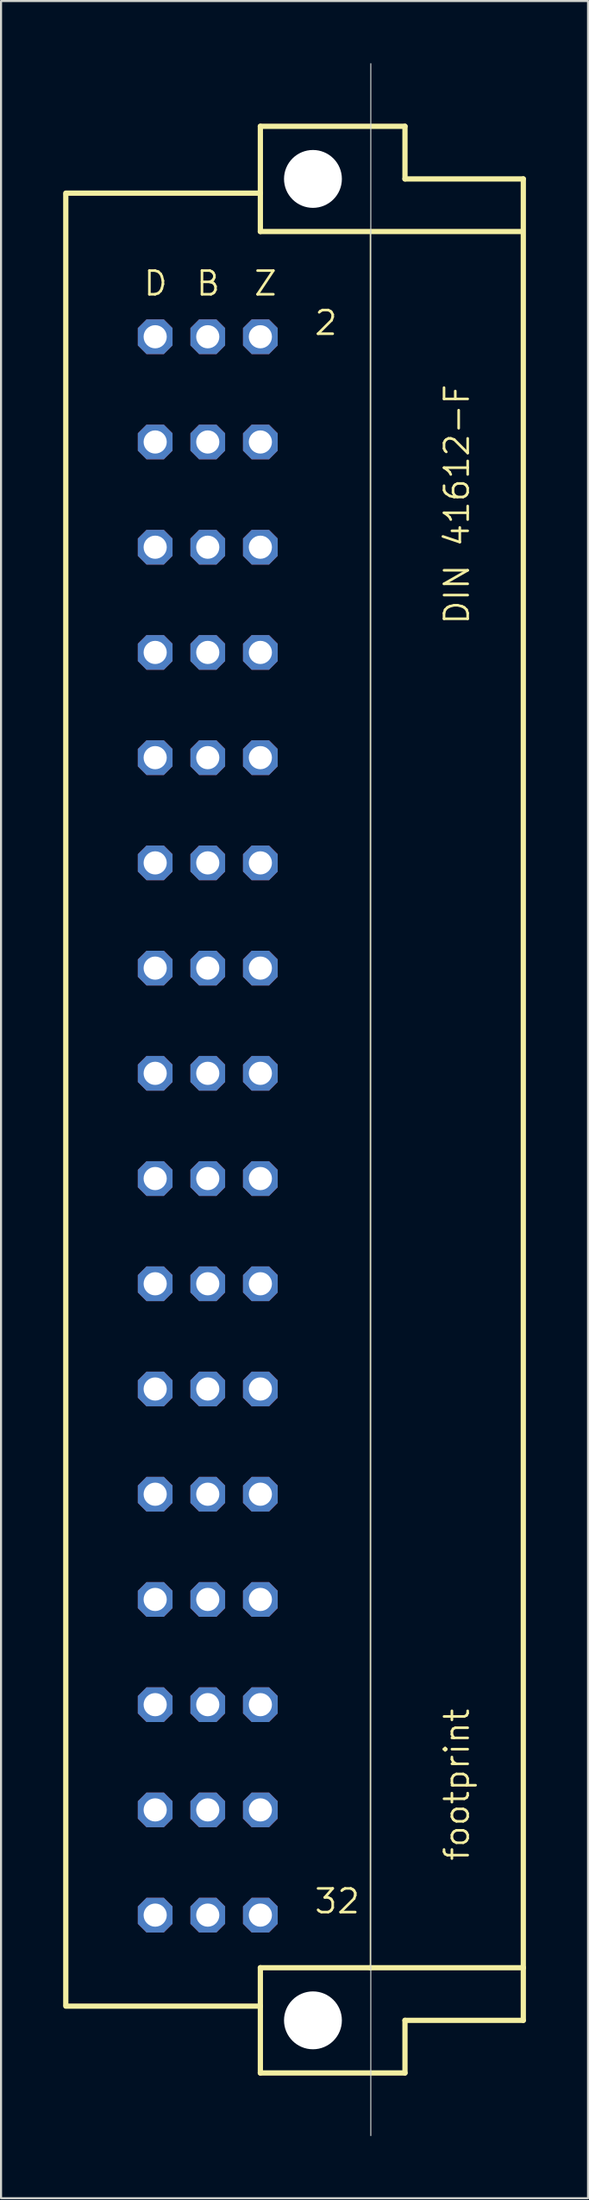
<source format=kicad_pcb>
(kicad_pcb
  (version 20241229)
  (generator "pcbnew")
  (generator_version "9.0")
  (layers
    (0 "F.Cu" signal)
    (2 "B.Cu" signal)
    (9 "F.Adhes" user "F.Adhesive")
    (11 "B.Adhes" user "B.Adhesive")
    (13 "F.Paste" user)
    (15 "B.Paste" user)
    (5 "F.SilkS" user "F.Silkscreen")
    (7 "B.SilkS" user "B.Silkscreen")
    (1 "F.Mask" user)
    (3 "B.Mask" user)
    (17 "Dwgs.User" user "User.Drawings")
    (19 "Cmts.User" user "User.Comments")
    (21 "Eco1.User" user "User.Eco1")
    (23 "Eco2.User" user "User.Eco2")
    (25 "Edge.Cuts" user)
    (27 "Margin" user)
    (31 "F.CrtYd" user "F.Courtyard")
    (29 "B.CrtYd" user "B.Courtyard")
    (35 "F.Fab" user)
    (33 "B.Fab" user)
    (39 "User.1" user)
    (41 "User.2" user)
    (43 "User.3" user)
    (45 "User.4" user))
  (footprint "footprint"
    (layer "F.Cu")
    (at 12.065 50.038)
    (property "Reference" "footprint" (at 7.62 36.83 90) (layer "F.SilkS") (effects (font (size 1.143 1.143) (thickness 0.127)) (justify left bottom)))
    (fp_line (start -11.938 -43.764) (end -2.54 -43.764) (stroke (width 0.254) (type solid)) (layer "F.SilkS"))
    (fp_line (start -11.938 43.688) (end -11.938 -43.688) (stroke (width 0.254) (type solid)) (layer "F.SilkS"))
    (fp_line (start -11.938 43.764) (end -2.54 43.764) (stroke (width 0.254) (type solid)) (layer "F.SilkS"))
    (fp_line (start -2.54 -46.99) (end -2.54 -43.764) (stroke (width 0.254) (type solid)) (layer "F.SilkS"))
    (fp_line (start -2.54 -43.764) (end -2.54 -41.91) (stroke (width 0.254) (type solid)) (layer "F.SilkS"))
    (fp_line (start -2.54 -41.91) (end 10.109 -41.91) (stroke (width 0.254) (type solid)) (layer "F.SilkS"))
    (fp_line (start -2.54 41.91) (end -2.54 43.764) (stroke (width 0.254) (type solid)) (layer "F.SilkS"))
    (fp_line (start -2.54 41.91) (end 2.769 41.91) (stroke (width 0.254) (type solid)) (layer "F.SilkS"))
    (fp_line (start -2.54 43.764) (end -2.54 46.99) (stroke (width 0.254) (type solid)) (layer "F.SilkS"))
    (fp_line (start -2.54 46.99) (end 4.445 46.99) (stroke (width 0.254) (type solid)) (layer "F.SilkS"))
    (fp_line (start 2.769 -41.783) (end 2.769 41.91) (stroke (width 0.051) (type solid)) (layer "F.SilkS"))
    (fp_line (start 2.769 41.91) (end 10.16 41.91) (stroke (width 0.254) (type solid)) (layer "F.SilkS"))
    (fp_line (start 4.445 -46.99) (end -2.54 -46.99) (stroke (width 0.254) (type solid)) (layer "F.SilkS"))
    (fp_line (start 4.445 -44.45) (end 4.445 -46.99) (stroke (width 0.254) (type solid)) (layer "F.SilkS"))
    (fp_line (start 4.445 44.45) (end 10.16 44.45) (stroke (width 0.254) (type solid)) (layer "F.SilkS"))
    (fp_line (start 4.445 46.99) (end 4.445 44.45) (stroke (width 0.254) (type solid)) (layer "F.SilkS"))
    (fp_line (start 10.16 -44.45) (end 4.445 -44.45) (stroke (width 0.254) (type solid)) (layer "F.SilkS"))
    (fp_line (start 10.16 41.91) (end 10.16 -44.45) (stroke (width 0.254) (type solid)) (layer "F.SilkS"))
    (fp_line (start 10.16 44.45) (end 10.16 41.91) (stroke (width 0.254) (type solid)) (layer "F.SilkS"))
    (fp_line (start 2.794 50.013) (end 2.794 -50.013) (stroke (width 0.05) (type solid)) (layer "Edge.Cuts"))
    (fp_text user "2" (at 0 -36.83 0) (layer "F.SilkS") (effects (font (size 1.143 1.143) (thickness 0.127)) (justify left bottom)))
    (fp_text user "32" (at 0 39.37 0) (layer "F.SilkS") (effects (font (size 1.143 1.143) (thickness 0.127)) (justify left bottom)))
    (fp_text user "B" (at -5.715 -38.735 0) (layer "F.SilkS") (effects (font (size 1.143 1.143) (thickness 0.127)) (justify left bottom)))
    (fp_text user "Z" (at -2.921 -38.735 0) (layer "F.SilkS") (effects (font (size 1.143 1.143) (thickness 0.127)) (justify left bottom)))
    (fp_text user "DIN 41612-F" (at 7.62 -22.86 90) (layer "F.SilkS") (effects (font (size 1.143 1.143) (thickness 0.127)) (justify left bottom)))
    (fp_text user "D" (at -8.255 -38.735 0) (layer "F.SilkS") (effects (font (size 1.143 1.143) (thickness 0.127)) (justify left bottom)))
    (pad "" np_thru_hole circle (at 0 -44.45) (size 2.794 2.794) (drill 2.794) (layers "*.Cu" "*.Mask"))
    (pad "" np_thru_hole circle (at 0 44.45) (size 2.794 2.794) (drill 2.794) (layers "*.Cu" "*.Mask"))
    (pad "B2" thru_hole roundrect (at -5.08 -36.83) (size 1.676 1.676) (drill 1.118) (layers "*.Cu" "*.Mask") (roundrect_rratio 0.25) (chamfer_ratio 0.25) (chamfer top_left top_right bottom_left bottom_right))
    (pad "B4" thru_hole roundrect (at -5.08 -31.75) (size 1.676 1.676) (drill 1.118) (layers "*.Cu" "*.Mask") (roundrect_rratio 0.25) (chamfer_ratio 0.25) (chamfer top_left top_right bottom_left bottom_right))
    (pad "B6" thru_hole roundrect (at -5.08 -26.67) (size 1.676 1.676) (drill 1.118) (layers "*.Cu" "*.Mask") (roundrect_rratio 0.25) (chamfer_ratio 0.25) (chamfer top_left top_right bottom_left bottom_right))
    (pad "B8" thru_hole roundrect (at -5.08 -21.59) (size 1.676 1.676) (drill 1.118) (layers "*.Cu" "*.Mask") (roundrect_rratio 0.25) (chamfer_ratio 0.25) (chamfer top_left top_right bottom_left bottom_right))
    (pad "B10" thru_hole roundrect (at -5.08 -16.51) (size 1.676 1.676) (drill 1.118) (layers "*.Cu" "*.Mask") (roundrect_rratio 0.25) (chamfer_ratio 0.25) (chamfer top_left top_right bottom_left bottom_right))
    (pad "B12" thru_hole roundrect (at -5.08 -11.43) (size 1.676 1.676) (drill 1.118) (layers "*.Cu" "*.Mask") (roundrect_rratio 0.25) (chamfer_ratio 0.25) (chamfer top_left top_right bottom_left bottom_right))
    (pad "B14" thru_hole roundrect (at -5.08 -6.35) (size 1.676 1.676) (drill 1.118) (layers "*.Cu" "*.Mask") (roundrect_rratio 0.25) (chamfer_ratio 0.25) (chamfer top_left top_right bottom_left bottom_right))
    (pad "B16" thru_hole roundrect (at -5.08 -1.27) (size 1.676 1.676) (drill 1.118) (layers "*.Cu" "*.Mask") (roundrect_rratio 0.25) (chamfer_ratio 0.25) (chamfer top_left top_right bottom_left bottom_right))
    (pad "B18" thru_hole roundrect (at -5.08 3.81) (size 1.676 1.676) (drill 1.118) (layers "*.Cu" "*.Mask") (roundrect_rratio 0.25) (chamfer_ratio 0.25) (chamfer top_left top_right bottom_left bottom_right))
    (pad "B20" thru_hole roundrect (at -5.08 8.89) (size 1.676 1.676) (drill 1.118) (layers "*.Cu" "*.Mask") (roundrect_rratio 0.25) (chamfer_ratio 0.25) (chamfer top_left top_right bottom_left bottom_right))
    (pad "B22" thru_hole roundrect (at -5.08 13.97) (size 1.676 1.676) (drill 1.118) (layers "*.Cu" "*.Mask") (roundrect_rratio 0.25) (chamfer_ratio 0.25) (chamfer top_left top_right bottom_left bottom_right))
    (pad "B24" thru_hole roundrect (at -5.08 19.05) (size 1.676 1.676) (drill 1.118) (layers "*.Cu" "*.Mask") (roundrect_rratio 0.25) (chamfer_ratio 0.25) (chamfer top_left top_right bottom_left bottom_right))
    (pad "B26" thru_hole roundrect (at -5.08 24.13) (size 1.676 1.676) (drill 1.118) (layers "*.Cu" "*.Mask") (roundrect_rratio 0.25) (chamfer_ratio 0.25) (chamfer top_left top_right bottom_left bottom_right))
    (pad "B28" thru_hole roundrect (at -5.08 29.21) (size 1.676 1.676) (drill 1.118) (layers "*.Cu" "*.Mask") (roundrect_rratio 0.25) (chamfer_ratio 0.25) (chamfer top_left top_right bottom_left bottom_right))
    (pad "B30" thru_hole roundrect (at -5.08 34.29) (size 1.676 1.676) (drill 1.118) (layers "*.Cu" "*.Mask") (roundrect_rratio 0.25) (chamfer_ratio 0.25) (chamfer top_left top_right bottom_left bottom_right))
    (pad "B32" thru_hole roundrect (at -5.08 39.37) (size 1.676 1.676) (drill 1.118) (layers "*.Cu" "*.Mask") (roundrect_rratio 0.25) (chamfer_ratio 0.25) (chamfer top_left top_right bottom_left bottom_right))
    (pad "D2" thru_hole roundrect (at -7.62 -36.83) (size 1.676 1.676) (drill 1.118) (layers "*.Cu" "*.Mask") (roundrect_rratio 0.25) (chamfer_ratio 0.25) (chamfer top_left top_right bottom_left bottom_right))
    (pad "D4" thru_hole roundrect (at -7.62 -31.75) (size 1.676 1.676) (drill 1.118) (layers "*.Cu" "*.Mask") (roundrect_rratio 0.25) (chamfer_ratio 0.25) (chamfer top_left top_right bottom_left bottom_right))
    (pad "D6" thru_hole roundrect (at -7.62 -26.67) (size 1.676 1.676) (drill 1.118) (layers "*.Cu" "*.Mask") (roundrect_rratio 0.25) (chamfer_ratio 0.25) (chamfer top_left top_right bottom_left bottom_right))
    (pad "D8" thru_hole roundrect (at -7.62 -21.59) (size 1.676 1.676) (drill 1.118) (layers "*.Cu" "*.Mask") (roundrect_rratio 0.25) (chamfer_ratio 0.25) (chamfer top_left top_right bottom_left bottom_right))
    (pad "D10" thru_hole roundrect (at -7.62 -16.51) (size 1.676 1.676) (drill 1.118) (layers "*.Cu" "*.Mask") (roundrect_rratio 0.25) (chamfer_ratio 0.25) (chamfer top_left top_right bottom_left bottom_right))
    (pad "D12" thru_hole roundrect (at -7.62 -11.43) (size 1.676 1.676) (drill 1.118) (layers "*.Cu" "*.Mask") (roundrect_rratio 0.25) (chamfer_ratio 0.25) (chamfer top_left top_right bottom_left bottom_right))
    (pad "D14" thru_hole roundrect (at -7.62 -6.35) (size 1.676 1.676) (drill 1.118) (layers "*.Cu" "*.Mask") (roundrect_rratio 0.25) (chamfer_ratio 0.25) (chamfer top_left top_right bottom_left bottom_right))
    (pad "D16" thru_hole roundrect (at -7.62 -1.27) (size 1.676 1.676) (drill 1.118) (layers "*.Cu" "*.Mask") (roundrect_rratio 0.25) (chamfer_ratio 0.25) (chamfer top_left top_right bottom_left bottom_right))
    (pad "D18" thru_hole roundrect (at -7.62 3.81) (size 1.676 1.676) (drill 1.118) (layers "*.Cu" "*.Mask") (roundrect_rratio 0.25) (chamfer_ratio 0.25) (chamfer top_left top_right bottom_left bottom_right))
    (pad "D20" thru_hole roundrect (at -7.62 8.89) (size 1.676 1.676) (drill 1.118) (layers "*.Cu" "*.Mask") (roundrect_rratio 0.25) (chamfer_ratio 0.25) (chamfer top_left top_right bottom_left bottom_right))
    (pad "D22" thru_hole roundrect (at -7.62 13.97) (size 1.676 1.676) (drill 1.118) (layers "*.Cu" "*.Mask") (roundrect_rratio 0.25) (chamfer_ratio 0.25) (chamfer top_left top_right bottom_left bottom_right))
    (pad "D24" thru_hole roundrect (at -7.62 19.05) (size 1.676 1.676) (drill 1.118) (layers "*.Cu" "*.Mask") (roundrect_rratio 0.25) (chamfer_ratio 0.25) (chamfer top_left top_right bottom_left bottom_right))
    (pad "D26" thru_hole roundrect (at -7.62 24.13) (size 1.676 1.676) (drill 1.118) (layers "*.Cu" "*.Mask") (roundrect_rratio 0.25) (chamfer_ratio 0.25) (chamfer top_left top_right bottom_left bottom_right))
    (pad "D28" thru_hole roundrect (at -7.62 29.21) (size 1.676 1.676) (drill 1.118) (layers "*.Cu" "*.Mask") (roundrect_rratio 0.25) (chamfer_ratio 0.25) (chamfer top_left top_right bottom_left bottom_right))
    (pad "D30" thru_hole roundrect (at -7.62 34.29) (size 1.676 1.676) (drill 1.118) (layers "*.Cu" "*.Mask") (roundrect_rratio 0.25) (chamfer_ratio 0.25) (chamfer top_left top_right bottom_left bottom_right))
    (pad "D32" thru_hole roundrect (at -7.62 39.37) (size 1.676 1.676) (drill 1.118) (layers "*.Cu" "*.Mask") (roundrect_rratio 0.25) (chamfer_ratio 0.25) (chamfer top_left top_right bottom_left bottom_right))
    (pad "Z2" thru_hole roundrect (at -2.54 -36.83) (size 1.676 1.676) (drill 1.118) (layers "*.Cu" "*.Mask") (roundrect_rratio 0.25) (chamfer_ratio 0.25) (chamfer top_left top_right bottom_left bottom_right))
    (pad "Z4" thru_hole roundrect (at -2.54 -31.75) (size 1.676 1.676) (drill 1.118) (layers "*.Cu" "*.Mask") (roundrect_rratio 0.25) (chamfer_ratio 0.25) (chamfer top_left top_right bottom_left bottom_right))
    (pad "Z6" thru_hole roundrect (at -2.54 -26.67) (size 1.676 1.676) (drill 1.118) (layers "*.Cu" "*.Mask") (roundrect_rratio 0.25) (chamfer_ratio 0.25) (chamfer top_left top_right bottom_left bottom_right))
    (pad "Z8" thru_hole roundrect (at -2.54 -21.59) (size 1.676 1.676) (drill 1.118) (layers "*.Cu" "*.Mask") (roundrect_rratio 0.25) (chamfer_ratio 0.25) (chamfer top_left top_right bottom_left bottom_right))
    (pad "Z10" thru_hole roundrect (at -2.54 -16.51) (size 1.676 1.676) (drill 1.118) (layers "*.Cu" "*.Mask") (roundrect_rratio 0.25) (chamfer_ratio 0.25) (chamfer top_left top_right bottom_left bottom_right))
    (pad "Z12" thru_hole roundrect (at -2.54 -11.43) (size 1.676 1.676) (drill 1.118) (layers "*.Cu" "*.Mask") (roundrect_rratio 0.25) (chamfer_ratio 0.25) (chamfer top_left top_right bottom_left bottom_right))
    (pad "Z14" thru_hole roundrect (at -2.54 -6.35) (size 1.676 1.676) (drill 1.118) (layers "*.Cu" "*.Mask") (roundrect_rratio 0.25) (chamfer_ratio 0.25) (chamfer top_left top_right bottom_left bottom_right))
    (pad "Z16" thru_hole roundrect (at -2.54 -1.27) (size 1.676 1.676) (drill 1.118) (layers "*.Cu" "*.Mask") (roundrect_rratio 0.25) (chamfer_ratio 0.25) (chamfer top_left top_right bottom_left bottom_right))
    (pad "Z18" thru_hole roundrect (at -2.54 3.81) (size 1.676 1.676) (drill 1.118) (layers "*.Cu" "*.Mask") (roundrect_rratio 0.25) (chamfer_ratio 0.25) (chamfer top_left top_right bottom_left bottom_right))
    (pad "Z20" thru_hole roundrect (at -2.54 8.89) (size 1.676 1.676) (drill 1.118) (layers "*.Cu" "*.Mask") (roundrect_rratio 0.25) (chamfer_ratio 0.25) (chamfer top_left top_right bottom_left bottom_right))
    (pad "Z22" thru_hole roundrect (at -2.54 13.97) (size 1.676 1.676) (drill 1.118) (layers "*.Cu" "*.Mask") (roundrect_rratio 0.25) (chamfer_ratio 0.25) (chamfer top_left top_right bottom_left bottom_right))
    (pad "Z24" thru_hole roundrect (at -2.54 19.05) (size 1.676 1.676) (drill 1.118) (layers "*.Cu" "*.Mask") (roundrect_rratio 0.25) (chamfer_ratio 0.25) (chamfer top_left top_right bottom_left bottom_right))
    (pad "Z26" thru_hole roundrect (at -2.54 24.13) (size 1.676 1.676) (drill 1.118) (layers "*.Cu" "*.Mask") (roundrect_rratio 0.25) (chamfer_ratio 0.25) (chamfer top_left top_right bottom_left bottom_right))
    (pad "Z28" thru_hole roundrect (at -2.54 29.21) (size 1.676 1.676) (drill 1.118) (layers "*.Cu" "*.Mask") (roundrect_rratio 0.25) (chamfer_ratio 0.25) (chamfer top_left top_right bottom_left bottom_right))
    (pad "Z30" thru_hole roundrect (at -2.54 34.29) (size 1.676 1.676) (drill 1.118) (layers "*.Cu" "*.Mask") (roundrect_rratio 0.25) (chamfer_ratio 0.25) (chamfer top_left top_right bottom_left bottom_right))
    (pad "Z32" thru_hole roundrect (at -2.54 39.37) (size 1.676 1.676) (drill 1.118) (layers "*.Cu" "*.Mask") (roundrect_rratio 0.25) (chamfer_ratio 0.25) (chamfer top_left top_right bottom_left bottom_right))
    (zone (net_name "") (layers "F.Cu" "B.Cu") (hatch edge 0.508) (connect_pads) (min_thickness 0.254) (filled_areas_thickness no) (keepout (tracks allowed) (vias not_allowed) (pads allowed) (copperpour allowed) (footprints allowed)) (placement (enabled no)) (fill) (polygon (pts (xy 15.24 5.588) (xy 15.192 5.036) (xy 15.049 4.502) (xy 14.815 4) (xy 14.497 3.547) (xy 14.106 3.155) (xy 13.652 2.838) (xy 13.151 2.604) (xy 12.616 2.461) (xy 12.065 2.413) (xy 11.514 2.461) (xy 10.979 2.604) (xy 10.477 2.838) (xy 10.024 3.155) (xy 9.633 3.547) (xy 9.315 4) (xy 9.081 4.502) (xy 8.938 5.036) (xy 8.89 5.588) (xy 8.938 6.139) (xy 9.081 6.674) (xy 9.315 7.175) (xy 9.633 7.628) (xy 10.024 8.02) (xy 10.477 8.337) (xy 10.979 8.571) (xy 11.514 8.714) (xy 12.065 8.763) (xy 12.616 8.714) (xy 13.151 8.571) (xy 13.652 8.337) (xy 14.106 8.02) (xy 14.497 7.628) (xy 14.815 7.175) (xy 15.049 6.674) (xy 15.192 6.139))) (polygon (pts (xy 13.462 5.588) (xy 13.441 5.345) (xy 13.378 5.11) (xy 13.275 4.889) (xy 13.135 4.69) (xy 12.963 4.517) (xy 12.764 4.378) (xy 12.543 4.275) (xy 12.308 4.212) (xy 12.065 4.191) (xy 11.822 4.212) (xy 11.587 4.275) (xy 11.367 4.378) (xy 11.167 4.517) (xy 10.995 4.69) (xy 10.855 4.889) (xy 10.752 5.11) (xy 10.689 5.345) (xy 10.668 5.588) (xy 10.689 5.83) (xy 10.752 6.065) (xy 10.855 6.286) (xy 10.995 6.486) (xy 11.167 6.658) (xy 11.367 6.797) (xy 11.587 6.9) (xy 11.822 6.963) (xy 12.065 6.985) (xy 12.308 6.963) (xy 12.543 6.9) (xy 12.764 6.797) (xy 12.963 6.658) (xy 13.135 6.486) (xy 13.275 6.286) (xy 13.378 6.065) (xy 13.441 5.83))))
    (zone (net_name "") (layers "F.Cu" "B.Cu") (hatch edge 0.508) (connect_pads) (min_thickness 0.254) (filled_areas_thickness no) (keepout (tracks allowed) (vias not_allowed) (pads allowed) (copperpour allowed) (footprints allowed)) (placement (enabled no)) (fill) (polygon (pts (xy 15.24 94.488) (xy 15.192 93.936) (xy 15.049 93.402) (xy 14.815 92.9) (xy 14.497 92.447) (xy 14.106 92.055) (xy 13.652 91.738) (xy 13.151 91.504) (xy 12.616 91.361) (xy 12.065 91.313) (xy 11.514 91.361) (xy 10.979 91.504) (xy 10.477 91.738) (xy 10.024 92.055) (xy 9.633 92.447) (xy 9.315 92.9) (xy 9.081 93.402) (xy 8.938 93.936) (xy 8.89 94.488) (xy 8.938 95.039) (xy 9.081 95.574) (xy 9.315 96.075) (xy 9.633 96.528) (xy 10.024 96.92) (xy 10.477 97.237) (xy 10.979 97.471) (xy 11.514 97.614) (xy 12.065 97.663) (xy 12.616 97.614) (xy 13.151 97.471) (xy 13.652 97.237) (xy 14.106 96.92) (xy 14.497 96.528) (xy 14.815 96.075) (xy 15.049 95.574) (xy 15.192 95.039))) (polygon (pts (xy 13.462 94.488) (xy 13.441 94.245) (xy 13.378 94.01) (xy 13.275 93.789) (xy 13.135 93.59) (xy 12.963 93.417) (xy 12.764 93.278) (xy 12.543 93.175) (xy 12.308 93.112) (xy 12.065 93.091) (xy 11.822 93.112) (xy 11.587 93.175) (xy 11.367 93.278) (xy 11.167 93.417) (xy 10.995 93.59) (xy 10.855 93.789) (xy 10.752 94.01) (xy 10.689 94.245) (xy 10.668 94.488) (xy 10.689 94.73) (xy 10.752 94.965) (xy 10.855 95.186) (xy 10.995 95.386) (xy 11.167 95.558) (xy 11.367 95.697) (xy 11.587 95.8) (xy 11.822 95.863) (xy 12.065 95.885) (xy 12.308 95.863) (xy 12.543 95.8) (xy 12.764 95.697) (xy 12.963 95.558) (xy 13.135 95.386) (xy 13.275 95.186) (xy 13.378 94.965) (xy 13.441 94.73))))
    (zone (net_name "") (layer "B.Cu") (hatch edge 0.508) (connect_pads) (min_thickness 0.254) (filled_areas_thickness no) (keepout (tracks not_allowed) (vias not_allowed) (pads not_allowed) (copperpour not_allowed) (footprints allowed)) (placement (enabled no)) (fill) (polygon (pts (xy 15.24 5.588) (xy 15.192 5.036) (xy 15.049 4.502) (xy 14.815 4) (xy 14.497 3.547) (xy 14.106 3.155) (xy 13.652 2.838) (xy 13.151 2.604) (xy 12.616 2.461) (xy 12.065 2.413) (xy 11.514 2.461) (xy 10.979 2.604) (xy 10.477 2.838) (xy 10.024 3.155) (xy 9.633 3.547) (xy 9.315 4) (xy 9.081 4.502) (xy 8.938 5.036) (xy 8.89 5.588) (xy 8.938 6.139) (xy 9.081 6.674) (xy 9.315 7.175) (xy 9.633 7.628) (xy 10.024 8.02) (xy 10.477 8.337) (xy 10.979 8.571) (xy 11.514 8.714) (xy 12.065 8.763) (xy 12.616 8.714) (xy 13.151 8.571) (xy 13.652 8.337) (xy 14.106 8.02) (xy 14.497 7.628) (xy 14.815 7.175) (xy 15.049 6.674) (xy 15.192 6.139))) (polygon (pts (xy 13.462 5.588) (xy 13.441 5.345) (xy 13.378 5.11) (xy 13.275 4.889) (xy 13.135 4.69) (xy 12.963 4.517) (xy 12.764 4.378) (xy 12.543 4.275) (xy 12.308 4.212) (xy 12.065 4.191) (xy 11.822 4.212) (xy 11.587 4.275) (xy 11.367 4.378) (xy 11.167 4.517) (xy 10.995 4.69) (xy 10.855 4.889) (xy 10.752 5.11) (xy 10.689 5.345) (xy 10.668 5.588) (xy 10.689 5.83) (xy 10.752 6.065) (xy 10.855 6.286) (xy 10.995 6.486) (xy 11.167 6.658) (xy 11.367 6.797) (xy 11.587 6.9) (xy 11.822 6.963) (xy 12.065 6.985) (xy 12.308 6.963) (xy 12.543 6.9) (xy 12.764 6.797) (xy 12.963 6.658) (xy 13.135 6.486) (xy 13.275 6.286) (xy 13.378 6.065) (xy 13.441 5.83))))
    (zone (net_name "") (layer "B.Cu") (hatch edge 0.508) (connect_pads) (min_thickness 0.254) (filled_areas_thickness no) (keepout (tracks not_allowed) (vias not_allowed) (pads not_allowed) (copperpour not_allowed) (footprints allowed)) (placement (enabled no)) (fill) (polygon (pts (xy 15.24 94.488) (xy 15.192 93.936) (xy 15.049 93.402) (xy 14.815 92.9) (xy 14.497 92.447) (xy 14.106 92.055) (xy 13.652 91.738) (xy 13.151 91.504) (xy 12.616 91.361) (xy 12.065 91.313) (xy 11.514 91.361) (xy 10.979 91.504) (xy 10.477 91.738) (xy 10.024 92.055) (xy 9.633 92.447) (xy 9.315 92.9) (xy 9.081 93.402) (xy 8.938 93.936) (xy 8.89 94.488) (xy 8.938 95.039) (xy 9.081 95.574) (xy 9.315 96.075) (xy 9.633 96.528) (xy 10.024 96.92) (xy 10.477 97.237) (xy 10.979 97.471) (xy 11.514 97.614) (xy 12.065 97.663) (xy 12.616 97.614) (xy 13.151 97.471) (xy 13.652 97.237) (xy 14.106 96.92) (xy 14.497 96.528) (xy 14.815 96.075) (xy 15.049 95.574) (xy 15.192 95.039))) (polygon (pts (xy 13.462 94.488) (xy 13.441 94.245) (xy 13.378 94.01) (xy 13.275 93.789) (xy 13.135 93.59) (xy 12.963 93.417) (xy 12.764 93.278) (xy 12.543 93.175) (xy 12.308 93.112) (xy 12.065 93.091) (xy 11.822 93.112) (xy 11.587 93.175) (xy 11.367 93.278) (xy 11.167 93.417) (xy 10.995 93.59) (xy 10.855 93.789) (xy 10.752 94.01) (xy 10.689 94.245) (xy 10.668 94.488) (xy 10.689 94.73) (xy 10.752 94.965) (xy 10.855 95.186) (xy 10.995 95.386) (xy 11.167 95.558) (xy 11.367 95.697) (xy 11.587 95.8) (xy 11.822 95.863) (xy 12.065 95.885) (xy 12.308 95.863) (xy 12.543 95.8) (xy 12.764 95.697) (xy 12.963 95.558) (xy 13.135 95.386) (xy 13.275 95.186) (xy 13.378 94.965) (xy 13.441 94.73)))))
  (gr_rect
    (start -3 -3)
    (end 25.352 103.075)
    (stroke (width 0.1) (type default))
    (fill no)
    (layer "Edge.Cuts")))
</source>
